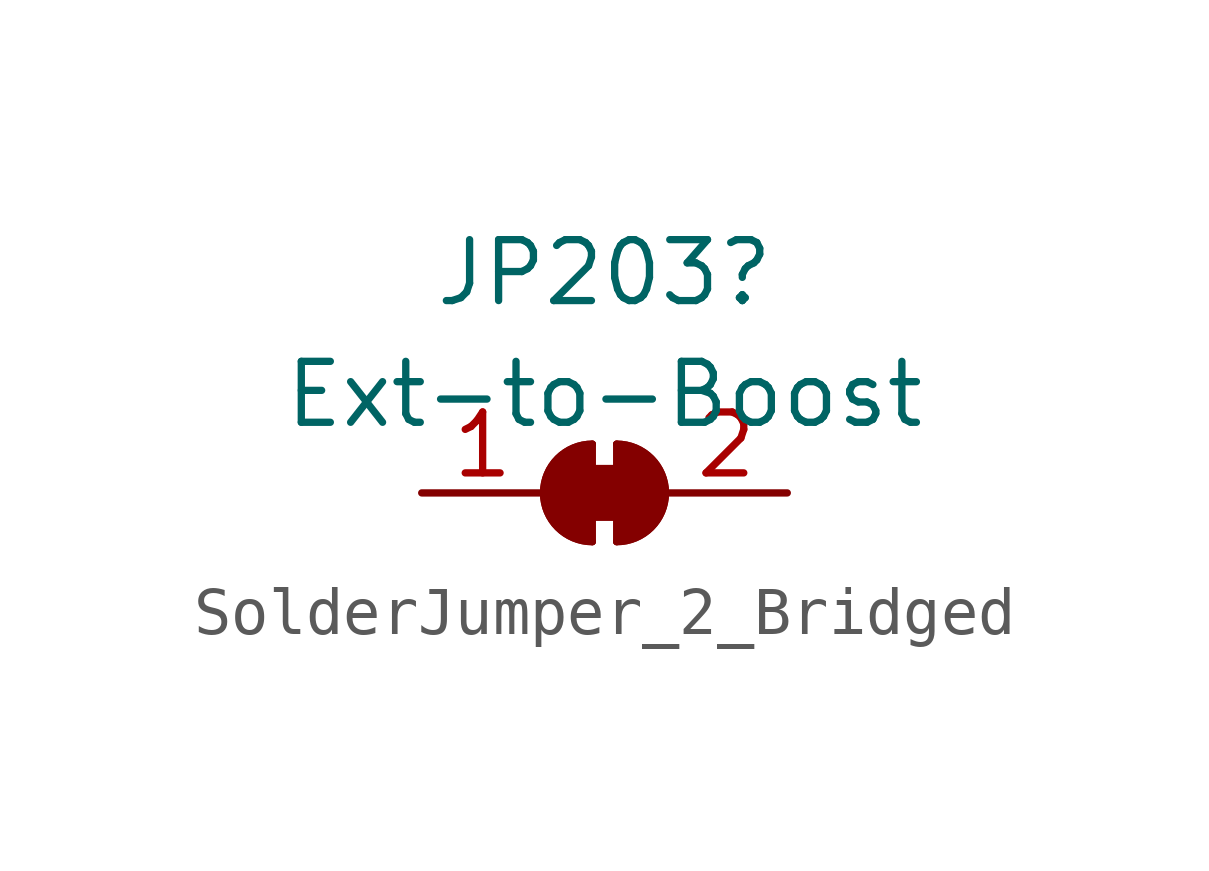
<source format=kicad_sym>
(kicad_symbol_lib
  (version 20241209)
  (generator "kicad_symbol_editor")
  (generator_version "9.0")
  (symbol "SolderJumper_2_Bridged"
    (pin_names
      (offset 0)
      (hide yes))
    (property "Reference" "JP203"
      (at 0 4.589 0)
      (effects (font (size 1.27 1.27))))
    (property "Value" "Ext-to-Boost"
      (at 0 2.052 0)
      (effects (font (size 1.27 1.27))))
    (symbol "SolderJumper_2_Bridged_0_1"
      (rectangle (start -0.508 0.508) (end 0.508 -0.508) (stroke (width 0) (type default)) (fill (type outline)))
      (polyline (pts (xy -0.254 1.016) (xy -0.254 -1.016)) (stroke (width 0) (type default)) (fill (type none)))
      (arc (start -0.254 -1.016) (mid -1.2655 0) (end -0.254 1.016) (stroke (width 0) (type default)) (fill (type none)))
      (arc (start -0.254 -1.016) (mid -1.2655 0) (end -0.254 1.016) (stroke (width 0) (type default)) (fill (type outline)))
      (arc (start 0.254 1.016) (mid 1.2655 0) (end 0.254 -1.016) (stroke (width 0) (type default)) (fill (type none)))
      (arc (start 0.254 1.016) (mid 1.2655 0) (end 0.254 -1.016) (stroke (width 0) (type default)) (fill (type outline)))
      (polyline (pts (xy 0.254 1.016) (xy 0.254 -1.016)) (stroke (width 0) (type default)) (fill (type none))))
    (symbol "SolderJumper_2_Bridged_1_1"
      (pin passive line (at -3.81 0 0) (length 2.54) (name "A" (effects (font (size 1.27 1.27)))) (number "1" (effects (font (size 1.27 1.27)))))
      (pin passive line (at 3.81 0 180) (length 2.54) (name "B" (effects (font (size 1.27 1.27)))) (number "2" (effects (font (size 1.27 1.27))))))))
</source>
